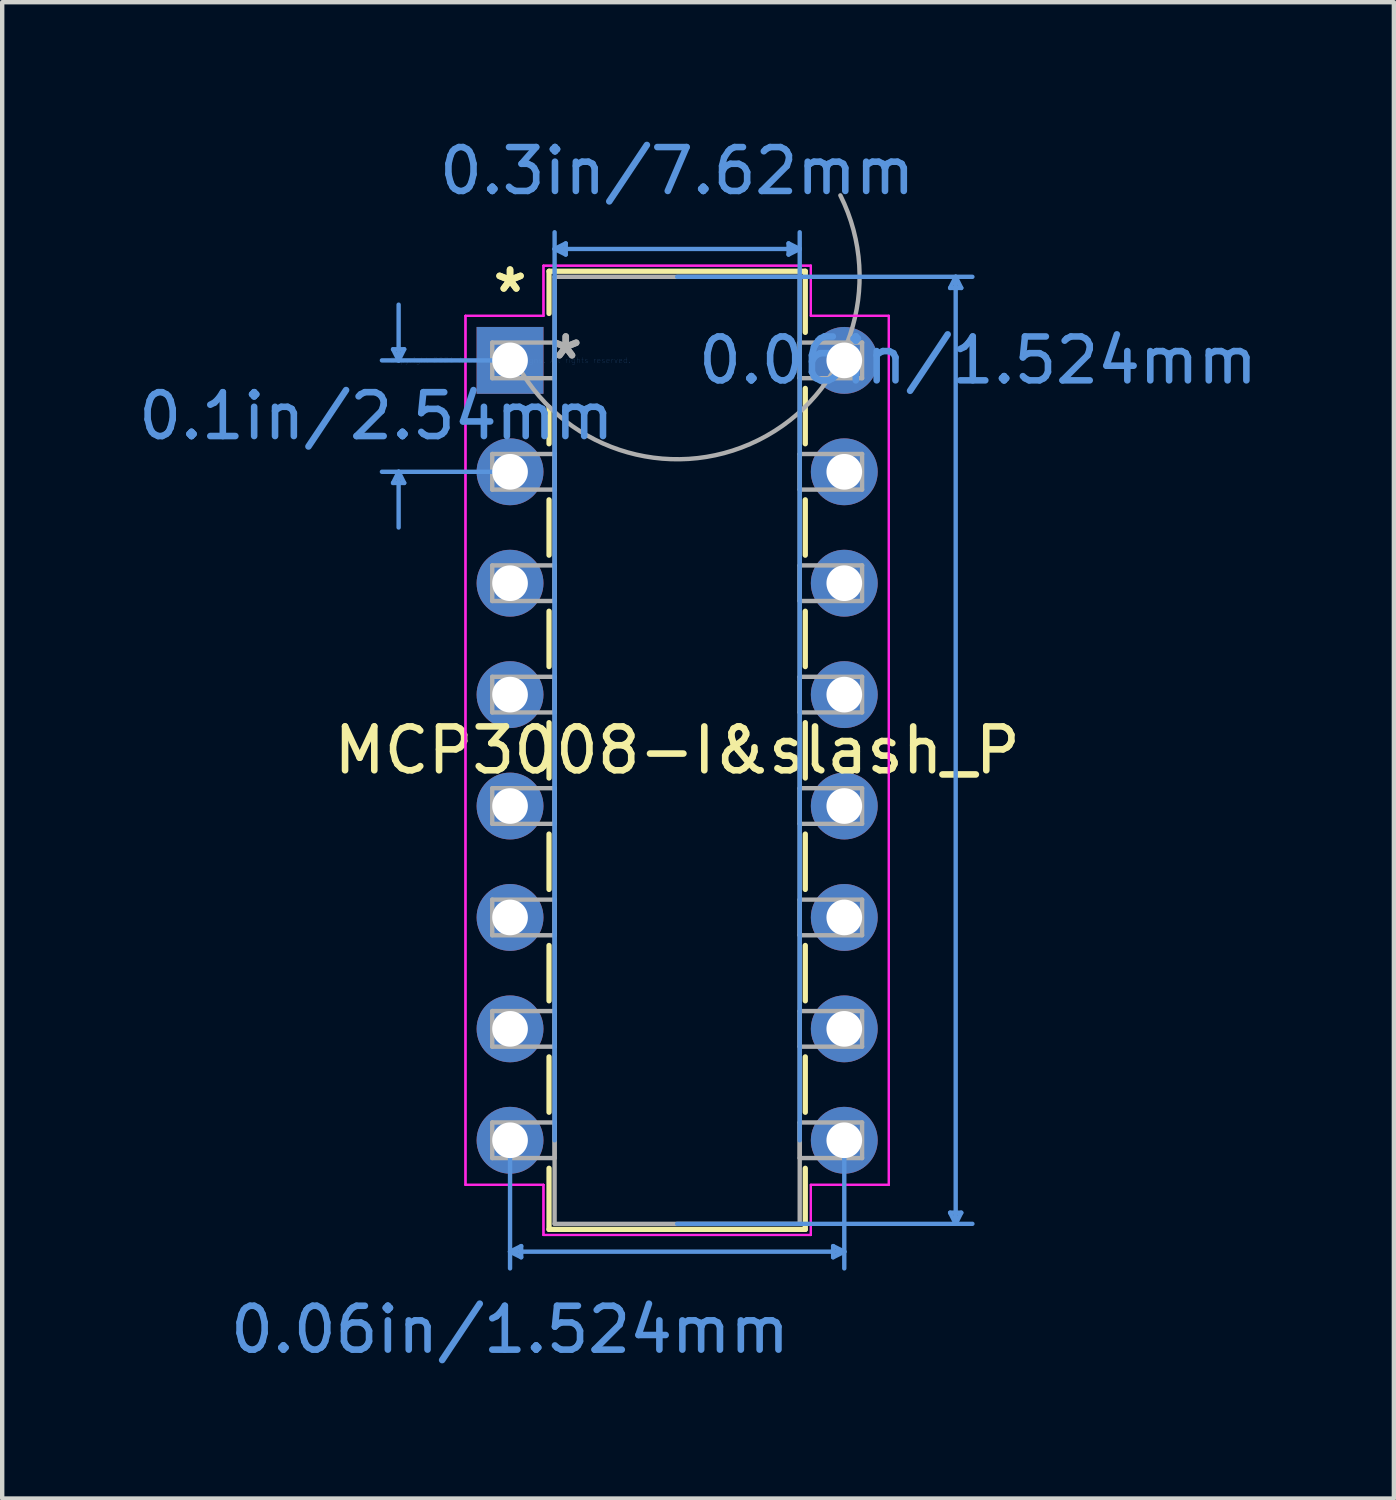
<source format=kicad_pcb>
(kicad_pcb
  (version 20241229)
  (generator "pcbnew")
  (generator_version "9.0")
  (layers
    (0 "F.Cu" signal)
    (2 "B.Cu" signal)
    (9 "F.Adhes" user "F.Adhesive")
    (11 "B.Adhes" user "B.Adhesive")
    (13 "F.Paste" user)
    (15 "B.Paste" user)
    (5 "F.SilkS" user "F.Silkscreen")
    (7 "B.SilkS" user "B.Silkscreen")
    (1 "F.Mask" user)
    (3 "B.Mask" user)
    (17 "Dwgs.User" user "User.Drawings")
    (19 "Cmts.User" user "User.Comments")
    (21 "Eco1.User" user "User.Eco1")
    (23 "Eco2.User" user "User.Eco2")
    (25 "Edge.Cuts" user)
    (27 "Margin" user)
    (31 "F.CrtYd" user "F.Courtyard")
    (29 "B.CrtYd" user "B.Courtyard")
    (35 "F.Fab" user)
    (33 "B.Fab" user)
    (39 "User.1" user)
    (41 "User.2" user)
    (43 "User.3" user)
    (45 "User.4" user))
  (footprint "MCP3008-I&slash_P"
    (layer "F.Cu")
    (at 8.578 5.166)
    (property "Reference" "MCP3008-I&slash_P" (at 3.81 8.89 0) (layer "F.SilkS") (effects (font (size 1 1) (thickness 0.15))))
    (attr through_hole)
    (fp_line (start 0.889 -2.032) (end 0.889 -1.07) (stroke (width 0.12) (type solid)) (layer "F.SilkS"))
    (fp_line (start 0.889 1.07) (end 0.889 1.901) (stroke (width 0.12) (type solid)) (layer "F.SilkS"))
    (fp_line (start 0.889 3.179) (end 0.889 4.441) (stroke (width 0.12) (type solid)) (layer "F.SilkS"))
    (fp_line (start 0.889 5.719) (end 0.889 6.981) (stroke (width 0.12) (type solid)) (layer "F.SilkS"))
    (fp_line (start 0.889 8.259) (end 0.889 9.521) (stroke (width 0.12) (type solid)) (layer "F.SilkS"))
    (fp_line (start 0.889 10.799) (end 0.889 12.061) (stroke (width 0.12) (type solid)) (layer "F.SilkS"))
    (fp_line (start 0.889 13.339) (end 0.889 14.601) (stroke (width 0.12) (type solid)) (layer "F.SilkS"))
    (fp_line (start 0.889 15.879) (end 0.889 17.141) (stroke (width 0.12) (type solid)) (layer "F.SilkS"))
    (fp_line (start 0.889 18.419) (end 0.889 19.812) (stroke (width 0.12) (type solid)) (layer "F.SilkS"))
    (fp_line (start 0.889 19.812) (end 6.731 19.812) (stroke (width 0.12) (type solid)) (layer "F.SilkS"))
    (fp_line (start 6.731 -2.032) (end 0.889 -2.032) (stroke (width 0.12) (type solid)) (layer "F.SilkS"))
    (fp_line (start 6.731 -0.639) (end 6.731 -2.032) (stroke (width 0.12) (type solid)) (layer "F.SilkS"))
    (fp_line (start 6.731 1.901) (end 6.731 0.639) (stroke (width 0.12) (type solid)) (layer "F.SilkS"))
    (fp_line (start 6.731 4.441) (end 6.731 3.179) (stroke (width 0.12) (type solid)) (layer "F.SilkS"))
    (fp_line (start 6.731 6.981) (end 6.731 5.719) (stroke (width 0.12) (type solid)) (layer "F.SilkS"))
    (fp_line (start 6.731 9.521) (end 6.731 8.259) (stroke (width 0.12) (type solid)) (layer "F.SilkS"))
    (fp_line (start 6.731 12.061) (end 6.731 10.799) (stroke (width 0.12) (type solid)) (layer "F.SilkS"))
    (fp_line (start 6.731 14.601) (end 6.731 13.339) (stroke (width 0.12) (type solid)) (layer "F.SilkS"))
    (fp_line (start 6.731 17.141) (end 6.731 15.879) (stroke (width 0.12) (type solid)) (layer "F.SilkS"))
    (fp_line (start 6.731 19.812) (end 6.731 18.419) (stroke (width 0.12) (type solid)) (layer "F.SilkS"))
    (fp_line (start -2.667 -0.254) (end -2.413 -0.254) (stroke (width 0.1) (type solid)) (layer "Cmts.User"))
    (fp_line (start -2.667 2.794) (end -2.413 2.794) (stroke (width 0.1) (type solid)) (layer "Cmts.User"))
    (fp_line (start -2.54 0) (end -2.667 -0.254) (stroke (width 0.1) (type solid)) (layer "Cmts.User"))
    (fp_line (start -2.54 0) (end -2.54 -1.27) (stroke (width 0.1) (type solid)) (layer "Cmts.User"))
    (fp_line (start -2.54 0) (end -2.413 -0.254) (stroke (width 0.1) (type solid)) (layer "Cmts.User"))
    (fp_line (start -2.54 2.54) (end -2.667 2.794) (stroke (width 0.1) (type solid)) (layer "Cmts.User"))
    (fp_line (start -2.54 2.54) (end -2.54 3.81) (stroke (width 0.1) (type solid)) (layer "Cmts.User"))
    (fp_line (start -2.54 2.54) (end -2.413 2.794) (stroke (width 0.1) (type solid)) (layer "Cmts.User"))
    (fp_line (start 0 0) (end -2.921 0) (stroke (width 0.1) (type solid)) (layer "Cmts.User"))
    (fp_line (start 0 2.54) (end -2.921 2.54) (stroke (width 0.1) (type solid)) (layer "Cmts.User"))
    (fp_line (start 0 17.78) (end 0 20.701) (stroke (width 0.1) (type solid)) (layer "Cmts.User"))
    (fp_line (start 0 20.32) (end 0.254 20.193) (stroke (width 0.1) (type solid)) (layer "Cmts.User"))
    (fp_line (start 0 20.32) (end 0.254 20.447) (stroke (width 0.1) (type solid)) (layer "Cmts.User"))
    (fp_line (start 0 20.32) (end 7.62 20.32) (stroke (width 0.1) (type solid)) (layer "Cmts.User"))
    (fp_line (start 0.254 20.193) (end 0.254 20.447) (stroke (width 0.1) (type solid)) (layer "Cmts.User"))
    (fp_line (start 1.016 -2.54) (end 1.27 -2.667) (stroke (width 0.1) (type solid)) (layer "Cmts.User"))
    (fp_line (start 1.016 -2.54) (end 1.27 -2.413) (stroke (width 0.1) (type solid)) (layer "Cmts.User"))
    (fp_line (start 1.016 -2.54) (end 6.604 -2.54) (stroke (width 0.1) (type solid)) (layer "Cmts.User"))
    (fp_line (start 1.016 17.78) (end 1.016 -2.921) (stroke (width 0.1) (type solid)) (layer "Cmts.User"))
    (fp_line (start 1.27 -2.667) (end 1.27 -2.413) (stroke (width 0.1) (type solid)) (layer "Cmts.User"))
    (fp_line (start 3.81 -1.905) (end 10.541 -1.905) (stroke (width 0.1) (type solid)) (layer "Cmts.User"))
    (fp_line (start 3.81 19.685) (end 10.541 19.685) (stroke (width 0.1) (type solid)) (layer "Cmts.User"))
    (fp_line (start 6.35 -2.667) (end 6.35 -2.413) (stroke (width 0.1) (type solid)) (layer "Cmts.User"))
    (fp_line (start 6.604 -2.54) (end 6.35 -2.667) (stroke (width 0.1) (type solid)) (layer "Cmts.User"))
    (fp_line (start 6.604 -2.54) (end 6.35 -2.413) (stroke (width 0.1) (type solid)) (layer "Cmts.User"))
    (fp_line (start 6.604 17.78) (end 6.604 -2.921) (stroke (width 0.1) (type solid)) (layer "Cmts.User"))
    (fp_line (start 7.366 20.193) (end 7.366 20.447) (stroke (width 0.1) (type solid)) (layer "Cmts.User"))
    (fp_line (start 7.62 17.78) (end 7.62 20.701) (stroke (width 0.1) (type solid)) (layer "Cmts.User"))
    (fp_line (start 7.62 20.32) (end 7.366 20.193) (stroke (width 0.1) (type solid)) (layer "Cmts.User"))
    (fp_line (start 7.62 20.32) (end 7.366 20.447) (stroke (width 0.1) (type solid)) (layer "Cmts.User"))
    (fp_line (start 10.033 -1.651) (end 10.287 -1.651) (stroke (width 0.1) (type solid)) (layer "Cmts.User"))
    (fp_line (start 10.033 19.431) (end 10.287 19.431) (stroke (width 0.1) (type solid)) (layer "Cmts.User"))
    (fp_line (start 10.16 -1.905) (end 10.033 -1.651) (stroke (width 0.1) (type solid)) (layer "Cmts.User"))
    (fp_line (start 10.16 -1.905) (end 10.16 19.685) (stroke (width 0.1) (type solid)) (layer "Cmts.User"))
    (fp_line (start 10.16 -1.905) (end 10.287 -1.651) (stroke (width 0.1) (type solid)) (layer "Cmts.User"))
    (fp_line (start 10.16 19.685) (end 10.033 19.431) (stroke (width 0.1) (type solid)) (layer "Cmts.User"))
    (fp_line (start 10.16 19.685) (end 10.287 19.431) (stroke (width 0.1) (type solid)) (layer "Cmts.User"))
    (fp_line (start -1.016 -1.016) (end -1.016 18.796) (stroke (width 0.05) (type solid)) (layer "F.CrtYd"))
    (fp_line (start -1.016 -1.016) (end 0.762 -1.016) (stroke (width 0.05) (type solid)) (layer "F.CrtYd"))
    (fp_line (start -1.016 18.796) (end -1.016 -1.016) (stroke (width 0.05) (type solid)) (layer "F.CrtYd"))
    (fp_line (start -1.016 18.796) (end 0.762 18.796) (stroke (width 0.05) (type solid)) (layer "F.CrtYd"))
    (fp_line (start 0.762 -2.159) (end 0.762 -1.016) (stroke (width 0.05) (type solid)) (layer "F.CrtYd"))
    (fp_line (start 0.762 -2.159) (end 6.858 -2.159) (stroke (width 0.05) (type solid)) (layer "F.CrtYd"))
    (fp_line (start 0.762 -1.016) (end -1.016 -1.016) (stroke (width 0.05) (type solid)) (layer "F.CrtYd"))
    (fp_line (start 0.762 -1.016) (end 0.762 -2.159) (stroke (width 0.05) (type solid)) (layer "F.CrtYd"))
    (fp_line (start 0.762 18.796) (end -1.016 18.796) (stroke (width 0.05) (type solid)) (layer "F.CrtYd"))
    (fp_line (start 0.762 18.796) (end 0.762 19.939) (stroke (width 0.05) (type solid)) (layer "F.CrtYd"))
    (fp_line (start 0.762 19.939) (end 0.762 18.796) (stroke (width 0.05) (type solid)) (layer "F.CrtYd"))
    (fp_line (start 0.762 19.939) (end 6.858 19.939) (stroke (width 0.05) (type solid)) (layer "F.CrtYd"))
    (fp_line (start 6.858 -2.159) (end 0.762 -2.159) (stroke (width 0.05) (type solid)) (layer "F.CrtYd"))
    (fp_line (start 6.858 -2.159) (end 6.858 -1.016) (stroke (width 0.05) (type solid)) (layer "F.CrtYd"))
    (fp_line (start 6.858 -1.016) (end 6.858 -2.159) (stroke (width 0.05) (type solid)) (layer "F.CrtYd"))
    (fp_line (start 6.858 18.796) (end 6.858 19.939) (stroke (width 0.05) (type solid)) (layer "F.CrtYd"))
    (fp_line (start 6.858 18.796) (end 8.636 18.796) (stroke (width 0.05) (type solid)) (layer "F.CrtYd"))
    (fp_line (start 6.858 19.939) (end 0.762 19.939) (stroke (width 0.05) (type solid)) (layer "F.CrtYd"))
    (fp_line (start 6.858 19.939) (end 6.858 18.796) (stroke (width 0.05) (type solid)) (layer "F.CrtYd"))
    (fp_line (start 8.636 -1.016) (end 6.858 -1.016) (stroke (width 0.05) (type solid)) (layer "F.CrtYd"))
    (fp_line (start 8.636 -1.016) (end 6.858 -1.016) (stroke (width 0.05) (type solid)) (layer "F.CrtYd"))
    (fp_line (start 8.636 -1.016) (end 8.636 18.796) (stroke (width 0.05) (type solid)) (layer "F.CrtYd"))
    (fp_line (start 8.636 18.796) (end 6.858 18.796) (stroke (width 0.05) (type solid)) (layer "F.CrtYd"))
    (fp_line (start 8.636 18.796) (end 8.636 -1.016) (stroke (width 0.05) (type solid)) (layer "F.CrtYd"))
    (fp_line (start -0.406 -0.406) (end -0.406 0.406) (stroke (width 0.1) (type solid)) (layer "F.Fab"))
    (fp_line (start -0.406 0.406) (end 1.016 0.406) (stroke (width 0.1) (type solid)) (layer "F.Fab"))
    (fp_line (start -0.406 2.134) (end -0.406 2.946) (stroke (width 0.1) (type solid)) (layer "F.Fab"))
    (fp_line (start -0.406 2.946) (end 1.016 2.946) (stroke (width 0.1) (type solid)) (layer "F.Fab"))
    (fp_line (start -0.406 4.674) (end -0.406 5.486) (stroke (width 0.1) (type solid)) (layer "F.Fab"))
    (fp_line (start -0.406 5.486) (end 1.016 5.486) (stroke (width 0.1) (type solid)) (layer "F.Fab"))
    (fp_line (start -0.406 7.214) (end -0.406 8.026) (stroke (width 0.1) (type solid)) (layer "F.Fab"))
    (fp_line (start -0.406 8.026) (end 1.016 8.026) (stroke (width 0.1) (type solid)) (layer "F.Fab"))
    (fp_line (start -0.406 9.754) (end -0.406 10.566) (stroke (width 0.1) (type solid)) (layer "F.Fab"))
    (fp_line (start -0.406 10.566) (end 1.016 10.566) (stroke (width 0.1) (type solid)) (layer "F.Fab"))
    (fp_line (start -0.406 12.294) (end -0.406 13.106) (stroke (width 0.1) (type solid)) (layer "F.Fab"))
    (fp_line (start -0.406 13.106) (end 1.016 13.106) (stroke (width 0.1) (type solid)) (layer "F.Fab"))
    (fp_line (start -0.406 14.834) (end -0.406 15.646) (stroke (width 0.1) (type solid)) (layer "F.Fab"))
    (fp_line (start -0.406 15.646) (end 1.016 15.646) (stroke (width 0.1) (type solid)) (layer "F.Fab"))
    (fp_line (start -0.406 17.374) (end -0.406 18.186) (stroke (width 0.1) (type solid)) (layer "F.Fab"))
    (fp_line (start -0.406 18.186) (end 1.016 18.186) (stroke (width 0.1) (type solid)) (layer "F.Fab"))
    (fp_line (start 1.016 -1.905) (end 1.016 19.685) (stroke (width 0.1) (type solid)) (layer "F.Fab"))
    (fp_line (start 1.016 -0.406) (end -0.406 -0.406) (stroke (width 0.1) (type solid)) (layer "F.Fab"))
    (fp_line (start 1.016 0.406) (end 1.016 -0.406) (stroke (width 0.1) (type solid)) (layer "F.Fab"))
    (fp_line (start 1.016 2.134) (end -0.406 2.134) (stroke (width 0.1) (type solid)) (layer "F.Fab"))
    (fp_line (start 1.016 2.946) (end 1.016 2.134) (stroke (width 0.1) (type solid)) (layer "F.Fab"))
    (fp_line (start 1.016 4.674) (end -0.406 4.674) (stroke (width 0.1) (type solid)) (layer "F.Fab"))
    (fp_line (start 1.016 5.486) (end 1.016 4.674) (stroke (width 0.1) (type solid)) (layer "F.Fab"))
    (fp_line (start 1.016 7.214) (end -0.406 7.214) (stroke (width 0.1) (type solid)) (layer "F.Fab"))
    (fp_line (start 1.016 8.026) (end 1.016 7.214) (stroke (width 0.1) (type solid)) (layer "F.Fab"))
    (fp_line (start 1.016 9.754) (end -0.406 9.754) (stroke (width 0.1) (type solid)) (layer "F.Fab"))
    (fp_line (start 1.016 10.566) (end 1.016 9.754) (stroke (width 0.1) (type solid)) (layer "F.Fab"))
    (fp_line (start 1.016 12.294) (end -0.406 12.294) (stroke (width 0.1) (type solid)) (layer "F.Fab"))
    (fp_line (start 1.016 13.106) (end 1.016 12.294) (stroke (width 0.1) (type solid)) (layer "F.Fab"))
    (fp_line (start 1.016 14.834) (end -0.406 14.834) (stroke (width 0.1) (type solid)) (layer "F.Fab"))
    (fp_line (start 1.016 15.646) (end 1.016 14.834) (stroke (width 0.1) (type solid)) (layer "F.Fab"))
    (fp_line (start 1.016 17.374) (end -0.406 17.374) (stroke (width 0.1) (type solid)) (layer "F.Fab"))
    (fp_line (start 1.016 18.186) (end 1.016 17.374) (stroke (width 0.1) (type solid)) (layer "F.Fab"))
    (fp_line (start 1.016 19.685) (end 6.604 19.685) (stroke (width 0.1) (type solid)) (layer "F.Fab"))
    (fp_line (start 6.604 -1.905) (end 1.016 -1.905) (stroke (width 0.1) (type solid)) (layer "F.Fab"))
    (fp_line (start 6.604 -0.406) (end 6.604 0.406) (stroke (width 0.1) (type solid)) (layer "F.Fab"))
    (fp_line (start 6.604 0.406) (end 8.026 0.406) (stroke (width 0.1) (type solid)) (layer "F.Fab"))
    (fp_line (start 6.604 2.134) (end 6.604 2.946) (stroke (width 0.1) (type solid)) (layer "F.Fab"))
    (fp_line (start 6.604 2.946) (end 8.026 2.946) (stroke (width 0.1) (type solid)) (layer "F.Fab"))
    (fp_line (start 6.604 4.674) (end 6.604 5.486) (stroke (width 0.1) (type solid)) (layer "F.Fab"))
    (fp_line (start 6.604 5.486) (end 8.026 5.486) (stroke (width 0.1) (type solid)) (layer "F.Fab"))
    (fp_line (start 6.604 7.214) (end 6.604 8.026) (stroke (width 0.1) (type solid)) (layer "F.Fab"))
    (fp_line (start 6.604 8.026) (end 8.026 8.026) (stroke (width 0.1) (type solid)) (layer "F.Fab"))
    (fp_line (start 6.604 9.754) (end 6.604 10.566) (stroke (width 0.1) (type solid)) (layer "F.Fab"))
    (fp_line (start 6.604 10.566) (end 8.026 10.566) (stroke (width 0.1) (type solid)) (layer "F.Fab"))
    (fp_line (start 6.604 12.294) (end 6.604 13.106) (stroke (width 0.1) (type solid)) (layer "F.Fab"))
    (fp_line (start 6.604 13.106) (end 8.026 13.106) (stroke (width 0.1) (type solid)) (layer "F.Fab"))
    (fp_line (start 6.604 14.834) (end 6.604 15.646) (stroke (width 0.1) (type solid)) (layer "F.Fab"))
    (fp_line (start 6.604 15.646) (end 8.026 15.646) (stroke (width 0.1) (type solid)) (layer "F.Fab"))
    (fp_line (start 6.604 17.374) (end 6.604 18.186) (stroke (width 0.1) (type solid)) (layer "F.Fab"))
    (fp_line (start 6.604 18.186) (end 8.026 18.186) (stroke (width 0.1) (type solid)) (layer "F.Fab"))
    (fp_line (start 6.604 19.685) (end 6.604 -1.905) (stroke (width 0.1) (type solid)) (layer "F.Fab"))
    (fp_line (start 8.026 -0.406) (end 6.604 -0.406) (stroke (width 0.1) (type solid)) (layer "F.Fab"))
    (fp_line (start 8.026 0.406) (end 8.026 -0.406) (stroke (width 0.1) (type solid)) (layer "F.Fab"))
    (fp_line (start 8.026 2.134) (end 6.604 2.134) (stroke (width 0.1) (type solid)) (layer "F.Fab"))
    (fp_line (start 8.026 2.946) (end 8.026 2.134) (stroke (width 0.1) (type solid)) (layer "F.Fab"))
    (fp_line (start 8.026 4.674) (end 6.604 4.674) (stroke (width 0.1) (type solid)) (layer "F.Fab"))
    (fp_line (start 8.026 5.486) (end 8.026 4.674) (stroke (width 0.1) (type solid)) (layer "F.Fab"))
    (fp_line (start 8.026 7.214) (end 6.604 7.214) (stroke (width 0.1) (type solid)) (layer "F.Fab"))
    (fp_line (start 8.026 8.026) (end 8.026 7.214) (stroke (width 0.1) (type solid)) (layer "F.Fab"))
    (fp_line (start 8.026 9.754) (end 6.604 9.754) (stroke (width 0.1) (type solid)) (layer "F.Fab"))
    (fp_line (start 8.026 10.566) (end 8.026 9.754) (stroke (width 0.1) (type solid)) (layer "F.Fab"))
    (fp_line (start 8.026 12.294) (end 6.604 12.294) (stroke (width 0.1) (type solid)) (layer "F.Fab"))
    (fp_line (start 8.026 13.106) (end 8.026 12.294) (stroke (width 0.1) (type solid)) (layer "F.Fab"))
    (fp_line (start 8.026 14.834) (end 6.604 14.834) (stroke (width 0.1) (type solid)) (layer "F.Fab"))
    (fp_line (start 8.026 15.646) (end 8.026 14.834) (stroke (width 0.1) (type solid)) (layer "F.Fab"))
    (fp_line (start 8.026 17.374) (end 6.604 17.374) (stroke (width 0.1) (type solid)) (layer "F.Fab"))
    (fp_line (start 8.026 18.186) (end 8.026 17.374) (stroke (width 0.1) (type solid)) (layer "F.Fab"))
    (fp_arc (start 7.530968 -3.761613) (mid 5.666613 1.815968) (end 0.089032 -0.048387) (stroke (width 0.1) (type solid)) (layer "F.Fab"))
    (fp_text user "*" (at 0 -1.524 0) (layer "F.SilkS") (effects (font (size 1 1) (thickness 0.15))))
    (fp_text user "*" (at 0 -1.524 0) (layer "F.SilkS") (effects (font (size 1 1) (thickness 0.15))))
    (fp_text user "0.3in/7.62mm" (at 3.81 -4.318 0) (layer "Cmts.User") (effects (font (size 1 1) (thickness 0.15))))
    (fp_text user "0.06in/1.524mm" (at 10.668 0 0) (layer "Cmts.User") (effects (font (size 1 1) (thickness 0.15))))
    (fp_text user "Copyright 2021 Accelerated Designs. All rights reserved." (at 0 0 0) (layer "Cmts.User") (effects (font (size 0.127 0.127) (thickness 0.002))))
    (fp_text user "0.1in/2.54mm" (at -3.048 1.27 0) (layer "Cmts.User") (effects (font (size 1 1) (thickness 0.15))))
    (fp_text user "0.06in/1.524mm" (at 0 22.098 0) (layer "Cmts.User") (effects (font (size 1 1) (thickness 0.15))))
    (fp_text user "*" (at 1.27 0 0) (layer "F.Fab") (effects (font (size 1 1) (thickness 0.15))))
    (fp_text user "*" (at 1.27 0 0) (layer "F.Fab") (effects (font (size 1 1) (thickness 0.15))))
    (pad "1" thru_hole rect (at 0 0) (size 1.524 1.524) (drill 0.813) (layers "*.Cu" "*.Mask"))
    (pad "2" thru_hole circle (at 0 2.54) (size 1.524 1.524) (drill 0.813) (layers "*.Cu" "*.Mask"))
    (pad "3" thru_hole circle (at 0 5.08) (size 1.524 1.524) (drill 0.813) (layers "*.Cu" "*.Mask"))
    (pad "4" thru_hole circle (at 0 7.62) (size 1.524 1.524) (drill 0.813) (layers "*.Cu" "*.Mask"))
    (pad "5" thru_hole circle (at 0 10.16) (size 1.524 1.524) (drill 0.813) (layers "*.Cu" "*.Mask"))
    (pad "6" thru_hole circle (at 0 12.7) (size 1.524 1.524) (drill 0.813) (layers "*.Cu" "*.Mask"))
    (pad "7" thru_hole circle (at 0 15.24) (size 1.524 1.524) (drill 0.813) (layers "*.Cu" "*.Mask"))
    (pad "8" thru_hole circle (at 0 17.78) (size 1.524 1.524) (drill 0.813) (layers "*.Cu" "*.Mask"))
    (pad "9" thru_hole circle (at 7.62 17.78) (size 1.524 1.524) (drill 0.813) (layers "*.Cu" "*.Mask"))
    (pad "10" thru_hole circle (at 7.62 15.24) (size 1.524 1.524) (drill 0.813) (layers "*.Cu" "*.Mask"))
    (pad "11" thru_hole circle (at 7.62 12.7) (size 1.524 1.524) (drill 0.813) (layers "*.Cu" "*.Mask"))
    (pad "12" thru_hole circle (at 7.62 10.16) (size 1.524 1.524) (drill 0.813) (layers "*.Cu" "*.Mask"))
    (pad "13" thru_hole circle (at 7.62 7.62) (size 1.524 1.524) (drill 0.813) (layers "*.Cu" "*.Mask"))
    (pad "14" thru_hole circle (at 7.62 5.08) (size 1.524 1.524) (drill 0.813) (layers "*.Cu" "*.Mask"))
    (pad "15" thru_hole circle (at 7.62 2.54) (size 1.524 1.524) (drill 0.813) (layers "*.Cu" "*.Mask"))
    (pad "16" thru_hole circle (at 7.62 0) (size 1.524 1.524) (drill 0.813) (layers "*.Cu" "*.Mask")))
  (gr_rect
    (start -3 -3)
    (end 28.728 31.113)
    (stroke (width 0.1) (type default))
    (fill no)
    (layer "Edge.Cuts")))
</source>
